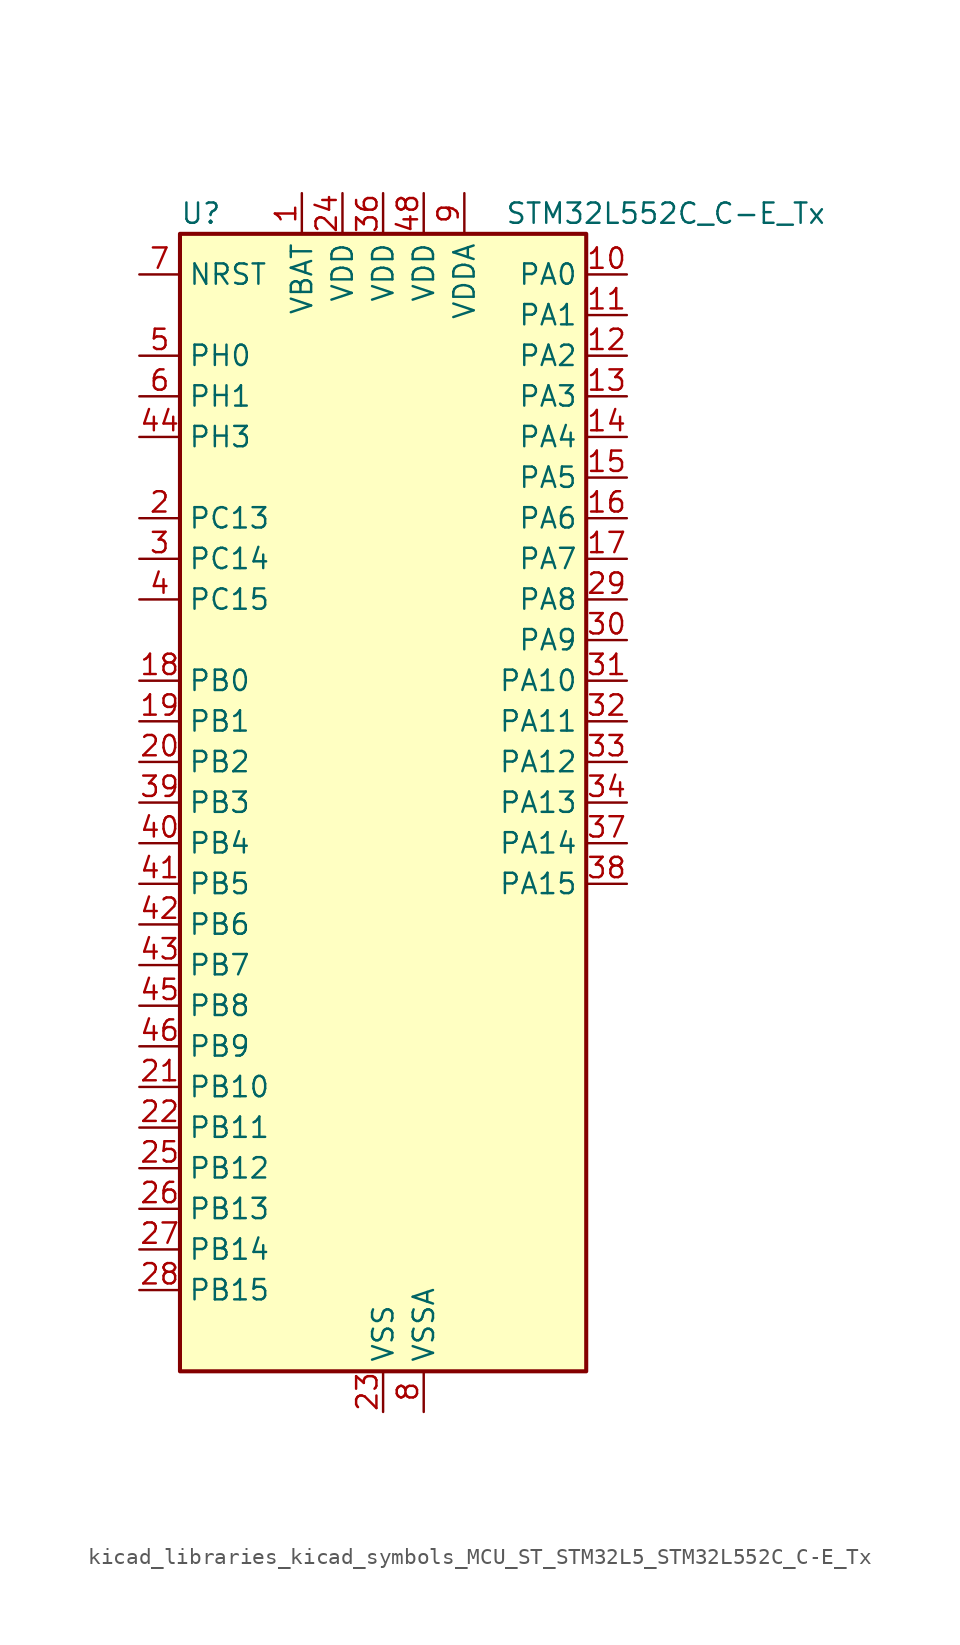
<source format=kicad_sym>
(kicad_symbol_lib
  (version 20220914)
  (generator kicad_symbol_editor)
  (symbol "kicad_libraries_kicad_symbols_MCU_ST_STM32L5_STM32L552C_C-E_Tx"
    (property "Reference" "U"
      (at -12.7 36.83 0)
      (effects (font (size 1.27 1.27)) (justify left)))
    (property "Value" "STM32L552C_C-E_Tx"
      (at 7.62 36.83 0)
      (effects (font (size 1.27 1.27)) (justify left)))
    (property "ki_locked" ""
      (at 0 0 0)
      (effects (font (size 1.27 1.27))))
    (symbol "kicad_libraries_kicad_symbols_MCU_ST_STM32L5_STM32L552C_C-E_Tx_0_1"
      (rectangle (start -12.7 -35.56) (end 12.7 35.56) (stroke (width 0.254) (type default)) (fill (type background))))
    (symbol "kicad_libraries_kicad_symbols_MCU_ST_STM32L5_STM32L552C_C-E_Tx_1_1"
      (pin power_in line (at -5.08 38.1 270) (length 2.54) (name "VBAT" (effects (font (size 1.27 1.27)))) (number "1" (effects (font (size 1.27 1.27)))))
      (pin bidirectional line (at 15.24 33.02 180) (length 2.54) (name "PA0" (effects (font (size 1.27 1.27)))) (number "10" (effects (font (size 1.27 1.27)))) (alternate "ADC1_IN5" bidirectional line) (alternate "ADC2_IN5" bidirectional line) (alternate "OPAMP1_VINP" bidirectional line) (alternate "PWR_WKUP1" bidirectional line) (alternate "SAI1_EXTCLK" bidirectional line) (alternate "TAMP_IN2" bidirectional line) (alternate "TAMP_OUT1" bidirectional line) (alternate "TIM2_CH1" bidirectional line) (alternate "TIM2_ETR" bidirectional line) (alternate "TIM5_CH1" bidirectional line) (alternate "TIM8_ETR" bidirectional line) (alternate "UART4_TX" bidirectional line) (alternate "USART2_CTS" bidirectional line) (alternate "USART2_NSS" bidirectional line))
      (pin bidirectional line (at 15.24 30.48 180) (length 2.54) (name "PA1" (effects (font (size 1.27 1.27)))) (number "11" (effects (font (size 1.27 1.27)))) (alternate "ADC1_IN6" bidirectional line) (alternate "ADC2_IN6" bidirectional line) (alternate "I2C1_SMBA" bidirectional line) (alternate "OCTOSPI1_DQS" bidirectional line) (alternate "OPAMP1_VINM" bidirectional line) (alternate "SPI1_SCK" bidirectional line) (alternate "TAMP_IN5" bidirectional line) (alternate "TAMP_OUT4" bidirectional line) (alternate "TIM15_CH1N" bidirectional line) (alternate "TIM2_CH2" bidirectional line) (alternate "TIM5_CH2" bidirectional line) (alternate "UART4_RX" bidirectional line) (alternate "USART2_DE" bidirectional line) (alternate "USART2_RTS" bidirectional line))
      (pin bidirectional line (at 15.24 27.94 180) (length 2.54) (name "PA2" (effects (font (size 1.27 1.27)))) (number "12" (effects (font (size 1.27 1.27)))) (alternate "ADC1_IN7" bidirectional line) (alternate "ADC2_IN7" bidirectional line) (alternate "COMP1_INP" bidirectional line) (alternate "LPUART1_TX" bidirectional line) (alternate "OCTOSPI1_NCS" bidirectional line) (alternate "PWR_WKUP4" bidirectional line) (alternate "RCC_LSCO" bidirectional line) (alternate "SAI2_EXTCLK" bidirectional line) (alternate "TIM15_CH1" bidirectional line) (alternate "TIM2_CH3" bidirectional line) (alternate "TIM5_CH3" bidirectional line) (alternate "UCPD1_FRSTX1" bidirectional line) (alternate "USART2_TX" bidirectional line))
      (pin bidirectional line (at 15.24 25.4 180) (length 2.54) (name "PA3" (effects (font (size 1.27 1.27)))) (number "13" (effects (font (size 1.27 1.27)))) (alternate "ADC1_IN8" bidirectional line) (alternate "ADC2_IN8" bidirectional line) (alternate "LPUART1_RX" bidirectional line) (alternate "OCTOSPI1_CLK" bidirectional line) (alternate "OPAMP1_VOUT" bidirectional line) (alternate "SAI1_CK1" bidirectional line) (alternate "SAI1_MCLK_A" bidirectional line) (alternate "TIM15_CH2" bidirectional line) (alternate "TIM2_CH4" bidirectional line) (alternate "TIM5_CH4" bidirectional line) (alternate "USART2_RX" bidirectional line))
      (pin bidirectional line (at 15.24 22.86 180) (length 2.54) (name "PA4" (effects (font (size 1.27 1.27)))) (number "14" (effects (font (size 1.27 1.27)))) (alternate "ADC1_IN9" bidirectional line) (alternate "ADC2_IN9" bidirectional line) (alternate "DAC1_OUT1" bidirectional line) (alternate "LPTIM2_OUT" bidirectional line) (alternate "OCTOSPI1_NCS" bidirectional line) (alternate "SAI1_FS_B" bidirectional line) (alternate "SPI1_NSS" bidirectional line) (alternate "SPI3_NSS" bidirectional line) (alternate "USART2_CK" bidirectional line))
      (pin bidirectional line (at 15.24 20.32 180) (length 2.54) (name "PA5" (effects (font (size 1.27 1.27)))) (number "15" (effects (font (size 1.27 1.27)))) (alternate "ADC1_IN10" bidirectional line) (alternate "ADC2_IN10" bidirectional line) (alternate "DAC1_OUT2" bidirectional line) (alternate "LPTIM2_ETR" bidirectional line) (alternate "SPI1_SCK" bidirectional line) (alternate "TIM2_CH1" bidirectional line) (alternate "TIM2_ETR" bidirectional line) (alternate "TIM8_CH1N" bidirectional line))
      (pin bidirectional line (at 15.24 17.78 180) (length 2.54) (name "PA6" (effects (font (size 1.27 1.27)))) (number "16" (effects (font (size 1.27 1.27)))) (alternate "ADC1_IN11" bidirectional line) (alternate "ADC2_IN11" bidirectional line) (alternate "LPUART1_CTS" bidirectional line) (alternate "OCTOSPI1_IO3" bidirectional line) (alternate "OPAMP2_VINP" bidirectional line) (alternate "SPI1_MISO" bidirectional line) (alternate "TIM16_CH1" bidirectional line) (alternate "TIM1_BKIN" bidirectional line) (alternate "TIM3_CH1" bidirectional line) (alternate "TIM8_BKIN" bidirectional line) (alternate "USART3_CTS" bidirectional line) (alternate "USART3_NSS" bidirectional line))
      (pin bidirectional line (at 15.24 15.24 180) (length 2.54) (name "PA7" (effects (font (size 1.27 1.27)))) (number "17" (effects (font (size 1.27 1.27)))) (alternate "ADC1_IN12" bidirectional line) (alternate "ADC2_IN12" bidirectional line) (alternate "I2C3_SCL" bidirectional line) (alternate "OCTOSPI1_IO2" bidirectional line) (alternate "OPAMP2_VINM" bidirectional line) (alternate "SPI1_MOSI" bidirectional line) (alternate "TIM17_CH1" bidirectional line) (alternate "TIM1_CH1N" bidirectional line) (alternate "TIM3_CH2" bidirectional line) (alternate "TIM8_CH1N" bidirectional line))
      (pin bidirectional line (at -15.24 7.62 0) (length 2.54) (name "PB0" (effects (font (size 1.27 1.27)))) (number "18" (effects (font (size 1.27 1.27)))) (alternate "ADC1_IN15" bidirectional line) (alternate "ADC2_IN15" bidirectional line) (alternate "COMP1_OUT" bidirectional line) (alternate "OCTOSPI1_IO1" bidirectional line) (alternate "OPAMP2_VOUT" bidirectional line) (alternate "SAI1_EXTCLK" bidirectional line) (alternate "SPI1_NSS" bidirectional line) (alternate "TIM1_CH2N" bidirectional line) (alternate "TIM3_CH3" bidirectional line) (alternate "TIM8_CH2N" bidirectional line) (alternate "USART3_CK" bidirectional line))
      (pin bidirectional line (at -15.24 5.08 0) (length 2.54) (name "PB1" (effects (font (size 1.27 1.27)))) (number "19" (effects (font (size 1.27 1.27)))) (alternate "ADC1_IN16" bidirectional line) (alternate "ADC2_IN16" bidirectional line) (alternate "COMP1_INM" bidirectional line) (alternate "DFSDM1_DATIN0" bidirectional line) (alternate "LPTIM2_IN1" bidirectional line) (alternate "LPUART1_DE" bidirectional line) (alternate "LPUART1_RTS" bidirectional line) (alternate "OCTOSPI1_IO0" bidirectional line) (alternate "TIM1_CH3N" bidirectional line) (alternate "TIM3_CH4" bidirectional line) (alternate "TIM8_CH3N" bidirectional line) (alternate "USART3_DE" bidirectional line) (alternate "USART3_RTS" bidirectional line))
      (pin bidirectional line (at -15.24 17.78 0) (length 2.54) (name "PC13" (effects (font (size 1.27 1.27)))) (number "2" (effects (font (size 1.27 1.27)))) (alternate "PWR_WKUP2" bidirectional line) (alternate "RTC_OUT1" bidirectional line) (alternate "RTC_TS" bidirectional line) (alternate "TAMP_IN1" bidirectional line) (alternate "TAMP_OUT2" bidirectional line))
      (pin bidirectional line (at -15.24 2.54 0) (length 2.54) (name "PB2" (effects (font (size 1.27 1.27)))) (number "20" (effects (font (size 1.27 1.27)))) (alternate "COMP1_INP" bidirectional line) (alternate "DFSDM1_CKIN0" bidirectional line) (alternate "I2C3_SMBA" bidirectional line) (alternate "LPTIM1_OUT" bidirectional line) (alternate "OCTOSPI1_DQS" bidirectional line) (alternate "RTC_OUT2" bidirectional line) (alternate "UCPD1_FRSTX1" bidirectional line))
      (pin bidirectional line (at -15.24 -17.78 0) (length 2.54) (name "PB10" (effects (font (size 1.27 1.27)))) (number "21" (effects (font (size 1.27 1.27)))) (alternate "COMP1_OUT" bidirectional line) (alternate "I2C2_SCL" bidirectional line) (alternate "I2C4_SCL" bidirectional line) (alternate "LPTIM3_OUT" bidirectional line) (alternate "LPUART1_RX" bidirectional line) (alternate "OCTOSPI1_CLK" bidirectional line) (alternate "SAI1_SCK_A" bidirectional line) (alternate "SPI2_SCK" bidirectional line) (alternate "TIM2_CH3" bidirectional line) (alternate "TSC_SYNC" bidirectional line) (alternate "USART3_TX" bidirectional line))
      (pin bidirectional line (at -15.24 -20.32 0) (length 2.54) (name "PB11" (effects (font (size 1.27 1.27)))) (number "22" (effects (font (size 1.27 1.27)))) (alternate "ADC1_EXTI11" bidirectional line) (alternate "ADC2_EXTI11" bidirectional line) (alternate "COMP2_OUT" bidirectional line) (alternate "I2C2_SDA" bidirectional line) (alternate "I2C4_SDA" bidirectional line) (alternate "LPUART1_TX" bidirectional line) (alternate "OCTOSPI1_NCS" bidirectional line) (alternate "TIM2_CH4" bidirectional line) (alternate "USART3_RX" bidirectional line))
      (pin power_in line (at 0 -38.1 90) (length 2.54) (name "VSS" (effects (font (size 1.27 1.27)))) (number "23" (effects (font (size 1.27 1.27)))))
      (pin power_in line (at -2.54 38.1 270) (length 2.54) (name "VDD" (effects (font (size 1.27 1.27)))) (number "24" (effects (font (size 1.27 1.27)))))
      (pin bidirectional line (at -15.24 -22.86 0) (length 2.54) (name "PB12" (effects (font (size 1.27 1.27)))) (number "25" (effects (font (size 1.27 1.27)))) (alternate "DFSDM1_DATIN1" bidirectional line) (alternate "I2C2_SMBA" bidirectional line) (alternate "LPUART1_DE" bidirectional line) (alternate "LPUART1_RTS" bidirectional line) (alternate "OCTOSPI1_NCLK" bidirectional line) (alternate "SAI2_FS_A" bidirectional line) (alternate "SPI2_NSS" bidirectional line) (alternate "TIM15_BKIN" bidirectional line) (alternate "TIM1_BKIN" bidirectional line) (alternate "TSC_G1_IO1" bidirectional line) (alternate "USART3_CK" bidirectional line))
      (pin bidirectional line (at -15.24 -25.4 0) (length 2.54) (name "PB13" (effects (font (size 1.27 1.27)))) (number "26" (effects (font (size 1.27 1.27)))) (alternate "DFSDM1_CKIN1" bidirectional line) (alternate "I2C2_SCL" bidirectional line) (alternate "LPTIM3_IN1" bidirectional line) (alternate "LPUART1_CTS" bidirectional line) (alternate "SAI2_SCK_A" bidirectional line) (alternate "SPI2_SCK" bidirectional line) (alternate "TIM15_CH1N" bidirectional line) (alternate "TIM1_CH1N" bidirectional line) (alternate "TSC_G1_IO2" bidirectional line) (alternate "UCPD1_FRSTX2" bidirectional line) (alternate "USART3_CTS" bidirectional line) (alternate "USART3_NSS" bidirectional line))
      (pin bidirectional line (at -15.24 -27.94 0) (length 2.54) (name "PB14" (effects (font (size 1.27 1.27)))) (number "27" (effects (font (size 1.27 1.27)))) (alternate "DFSDM1_DATIN2" bidirectional line) (alternate "I2C2_SDA" bidirectional line) (alternate "LPTIM3_ETR" bidirectional line) (alternate "SAI2_MCLK_A" bidirectional line) (alternate "SPI2_MISO" bidirectional line) (alternate "TIM15_CH1" bidirectional line) (alternate "TIM1_CH2N" bidirectional line) (alternate "TIM8_CH2N" bidirectional line) (alternate "TSC_G1_IO3" bidirectional line) (alternate "UCPD1_DBCC2" bidirectional line) (alternate "USART3_DE" bidirectional line) (alternate "USART3_RTS" bidirectional line))
      (pin bidirectional line (at -15.24 -30.48 0) (length 2.54) (name "PB15" (effects (font (size 1.27 1.27)))) (number "28" (effects (font (size 1.27 1.27)))) (alternate "ADC1_EXTI15" bidirectional line) (alternate "ADC2_EXTI15" bidirectional line) (alternate "DFSDM1_CKIN2" bidirectional line) (alternate "RTC_REFIN" bidirectional line) (alternate "SAI2_SD_A" bidirectional line) (alternate "SPI2_MOSI" bidirectional line) (alternate "TIM15_CH2" bidirectional line) (alternate "TIM1_CH3N" bidirectional line) (alternate "TIM8_CH3N" bidirectional line) (alternate "UCPD1_CC2" bidirectional line))
      (pin bidirectional line (at 15.24 12.7 180) (length 2.54) (name "PA8" (effects (font (size 1.27 1.27)))) (number "29" (effects (font (size 1.27 1.27)))) (alternate "LPTIM2_OUT" bidirectional line) (alternate "RCC_MCO" bidirectional line) (alternate "SAI1_CK2" bidirectional line) (alternate "SAI1_SCK_A" bidirectional line) (alternate "TIM1_CH1" bidirectional line) (alternate "USART1_CK" bidirectional line))
      (pin bidirectional line (at -15.24 15.24 0) (length 2.54) (name "PC14" (effects (font (size 1.27 1.27)))) (number "3" (effects (font (size 1.27 1.27)))) (alternate "RCC_OSC32_IN" bidirectional line))
      (pin bidirectional line (at 15.24 10.16 180) (length 2.54) (name "PA9" (effects (font (size 1.27 1.27)))) (number "30" (effects (font (size 1.27 1.27)))) (alternate "DAC1_EXTI9" bidirectional line) (alternate "SAI1_FS_A" bidirectional line) (alternate "SPI2_SCK" bidirectional line) (alternate "TIM15_BKIN" bidirectional line) (alternate "TIM1_CH2" bidirectional line) (alternate "USART1_TX" bidirectional line))
      (pin bidirectional line (at 15.24 7.62 180) (length 2.54) (name "PA10" (effects (font (size 1.27 1.27)))) (number "31" (effects (font (size 1.27 1.27)))) (alternate "CRS_SYNC" bidirectional line) (alternate "SAI1_D1" bidirectional line) (alternate "SAI1_SD_A" bidirectional line) (alternate "TIM17_BKIN" bidirectional line) (alternate "TIM1_CH3" bidirectional line) (alternate "USART1_RX" bidirectional line))
      (pin bidirectional line (at 15.24 5.08 180) (length 2.54) (name "PA11" (effects (font (size 1.27 1.27)))) (number "32" (effects (font (size 1.27 1.27)))) (alternate "ADC1_EXTI11" bidirectional line) (alternate "ADC2_EXTI11" bidirectional line) (alternate "FDCAN1_RX" bidirectional line) (alternate "SPI1_MISO" bidirectional line) (alternate "TIM1_BKIN2" bidirectional line) (alternate "TIM1_CH4" bidirectional line) (alternate "USART1_CTS" bidirectional line) (alternate "USART1_NSS" bidirectional line) (alternate "USB_DM" bidirectional line))
      (pin bidirectional line (at 15.24 2.54 180) (length 2.54) (name "PA12" (effects (font (size 1.27 1.27)))) (number "33" (effects (font (size 1.27 1.27)))) (alternate "FDCAN1_TX" bidirectional line) (alternate "SPI1_MOSI" bidirectional line) (alternate "TIM1_ETR" bidirectional line) (alternate "USART1_DE" bidirectional line) (alternate "USART1_RTS" bidirectional line) (alternate "USB_DP" bidirectional line))
      (pin bidirectional line (at 15.24 0 180) (length 2.54) (name "PA13" (effects (font (size 1.27 1.27)))) (number "34" (effects (font (size 1.27 1.27)))) (alternate "DEBUG_JTMS-SWDIO" bidirectional line) (alternate "IR_OUT" bidirectional line) (alternate "SAI1_SD_B" bidirectional line) (alternate "USB_NOE" bidirectional line))
      (pin passive line (at 0 -38.1 90) (length 2.54) hide (name "VSS" (effects (font (size 1.27 1.27)))) (number "35" (effects (font (size 1.27 1.27)))))
      (pin power_in line (at 0 38.1 270) (length 2.54) (name "VDD" (effects (font (size 1.27 1.27)))) (number "36" (effects (font (size 1.27 1.27)))))
      (pin bidirectional line (at 15.24 -2.54 180) (length 2.54) (name "PA14" (effects (font (size 1.27 1.27)))) (number "37" (effects (font (size 1.27 1.27)))) (alternate "DEBUG_JTCK-SWCLK" bidirectional line) (alternate "I2C1_SMBA" bidirectional line) (alternate "I2C4_SMBA" bidirectional line) (alternate "LPTIM1_OUT" bidirectional line) (alternate "SAI1_FS_B" bidirectional line))
      (pin bidirectional line (at 15.24 -5.08 180) (length 2.54) (name "PA15" (effects (font (size 1.27 1.27)))) (number "38" (effects (font (size 1.27 1.27)))) (alternate "ADC1_EXTI15" bidirectional line) (alternate "ADC2_EXTI15" bidirectional line) (alternate "DEBUG_JTDI" bidirectional line) (alternate "SAI2_FS_B" bidirectional line) (alternate "SPI1_NSS" bidirectional line) (alternate "SPI3_NSS" bidirectional line) (alternate "TIM2_CH1" bidirectional line) (alternate "TIM2_ETR" bidirectional line) (alternate "UART4_DE" bidirectional line) (alternate "UART4_RTS" bidirectional line) (alternate "UCPD1_CC1" bidirectional line) (alternate "USART2_RX" bidirectional line) (alternate "USART3_DE" bidirectional line) (alternate "USART3_RTS" bidirectional line))
      (pin bidirectional line (at -15.24 0 0) (length 2.54) (name "PB3" (effects (font (size 1.27 1.27)))) (number "39" (effects (font (size 1.27 1.27)))) (alternate "COMP2_INM" bidirectional line) (alternate "CRS_SYNC" bidirectional line) (alternate "DEBUG_JTDO-SWO" bidirectional line) (alternate "SAI1_SCK_B" bidirectional line) (alternate "SPI1_SCK" bidirectional line) (alternate "SPI3_SCK" bidirectional line) (alternate "TIM2_CH2" bidirectional line) (alternate "USART1_DE" bidirectional line) (alternate "USART1_RTS" bidirectional line))
      (pin bidirectional line (at -15.24 12.7 0) (length 2.54) (name "PC15" (effects (font (size 1.27 1.27)))) (number "4" (effects (font (size 1.27 1.27)))) (alternate "ADC1_EXTI15" bidirectional line) (alternate "ADC2_EXTI15" bidirectional line) (alternate "RCC_OSC32_OUT" bidirectional line))
      (pin bidirectional line (at -15.24 -2.54 0) (length 2.54) (name "PB4" (effects (font (size 1.27 1.27)))) (number "40" (effects (font (size 1.27 1.27)))) (alternate "COMP2_INP" bidirectional line) (alternate "DEBUG_JTRST" bidirectional line) (alternate "I2C3_SDA" bidirectional line) (alternate "SAI1_MCLK_B" bidirectional line) (alternate "SPI1_MISO" bidirectional line) (alternate "SPI3_MISO" bidirectional line) (alternate "TIM17_BKIN" bidirectional line) (alternate "TIM3_CH1" bidirectional line) (alternate "TSC_G2_IO1" bidirectional line) (alternate "USART1_CTS" bidirectional line) (alternate "USART1_NSS" bidirectional line))
      (pin bidirectional line (at -15.24 -5.08 0) (length 2.54) (name "PB5" (effects (font (size 1.27 1.27)))) (number "41" (effects (font (size 1.27 1.27)))) (alternate "COMP2_OUT" bidirectional line) (alternate "I2C1_SMBA" bidirectional line) (alternate "LPTIM1_IN1" bidirectional line) (alternate "OCTOSPI1_NCLK" bidirectional line) (alternate "SAI1_SD_B" bidirectional line) (alternate "SPI1_MOSI" bidirectional line) (alternate "SPI3_MOSI" bidirectional line) (alternate "TIM16_BKIN" bidirectional line) (alternate "TIM3_CH2" bidirectional line) (alternate "TSC_G2_IO2" bidirectional line) (alternate "UCPD1_DBCC1" bidirectional line) (alternate "USART1_CK" bidirectional line))
      (pin bidirectional line (at -15.24 -7.62 0) (length 2.54) (name "PB6" (effects (font (size 1.27 1.27)))) (number "42" (effects (font (size 1.27 1.27)))) (alternate "COMP2_INP" bidirectional line) (alternate "I2C1_SCL" bidirectional line) (alternate "I2C4_SCL" bidirectional line) (alternate "LPTIM1_ETR" bidirectional line) (alternate "SAI1_FS_B" bidirectional line) (alternate "TIM16_CH1N" bidirectional line) (alternate "TIM4_CH1" bidirectional line) (alternate "TIM8_BKIN2" bidirectional line) (alternate "TSC_G2_IO3" bidirectional line) (alternate "USART1_TX" bidirectional line))
      (pin bidirectional line (at -15.24 -10.16 0) (length 2.54) (name "PB7" (effects (font (size 1.27 1.27)))) (number "43" (effects (font (size 1.27 1.27)))) (alternate "COMP2_INM" bidirectional line) (alternate "I2C1_SDA" bidirectional line) (alternate "I2C4_SDA" bidirectional line) (alternate "LPTIM1_IN2" bidirectional line) (alternate "PWR_PVD_IN" bidirectional line) (alternate "TIM17_CH1N" bidirectional line) (alternate "TIM4_CH2" bidirectional line) (alternate "TIM8_BKIN" bidirectional line) (alternate "TSC_G2_IO4" bidirectional line) (alternate "UART4_CTS" bidirectional line) (alternate "USART1_RX" bidirectional line))
      (pin bidirectional line (at -15.24 22.86 0) (length 2.54) (name "PH3" (effects (font (size 1.27 1.27)))) (number "44" (effects (font (size 1.27 1.27)))))
      (pin bidirectional line (at -15.24 -12.7 0) (length 2.54) (name "PB8" (effects (font (size 1.27 1.27)))) (number "45" (effects (font (size 1.27 1.27)))) (alternate "DFSDM1_CKOUT" bidirectional line) (alternate "FDCAN1_RX" bidirectional line) (alternate "I2C1_SCL" bidirectional line) (alternate "SAI1_CK1" bidirectional line) (alternate "SAI1_MCLK_A" bidirectional line) (alternate "TIM16_CH1" bidirectional line) (alternate "TIM4_CH3" bidirectional line))
      (pin bidirectional line (at -15.24 -15.24 0) (length 2.54) (name "PB9" (effects (font (size 1.27 1.27)))) (number "46" (effects (font (size 1.27 1.27)))) (alternate "DAC1_EXTI9" bidirectional line) (alternate "FDCAN1_TX" bidirectional line) (alternate "I2C1_SDA" bidirectional line) (alternate "IR_OUT" bidirectional line) (alternate "SAI1_D2" bidirectional line) (alternate "SAI1_FS_A" bidirectional line) (alternate "SPI2_NSS" bidirectional line) (alternate "TIM17_CH1" bidirectional line) (alternate "TIM4_CH4" bidirectional line))
      (pin passive line (at 0 -38.1 90) (length 2.54) hide (name "VSS" (effects (font (size 1.27 1.27)))) (number "47" (effects (font (size 1.27 1.27)))))
      (pin power_in line (at 2.54 38.1 270) (length 2.54) (name "VDD" (effects (font (size 1.27 1.27)))) (number "48" (effects (font (size 1.27 1.27)))))
      (pin bidirectional line (at -15.24 27.94 0) (length 2.54) (name "PH0" (effects (font (size 1.27 1.27)))) (number "5" (effects (font (size 1.27 1.27)))) (alternate "RCC_OSC_IN" bidirectional line))
      (pin bidirectional line (at -15.24 25.4 0) (length 2.54) (name "PH1" (effects (font (size 1.27 1.27)))) (number "6" (effects (font (size 1.27 1.27)))) (alternate "RCC_OSC_OUT" bidirectional line))
      (pin input line (at -15.24 33.02 0) (length 2.54) (name "NRST" (effects (font (size 1.27 1.27)))) (number "7" (effects (font (size 1.27 1.27)))))
      (pin power_in line (at 2.54 -38.1 90) (length 2.54) (name "VSSA" (effects (font (size 1.27 1.27)))) (number "8" (effects (font (size 1.27 1.27)))))
      (pin power_in line (at 5.08 38.1 270) (length 2.54) (name "VDDA" (effects (font (size 1.27 1.27)))) (number "9" (effects (font (size 1.27 1.27))))))))
</source>
